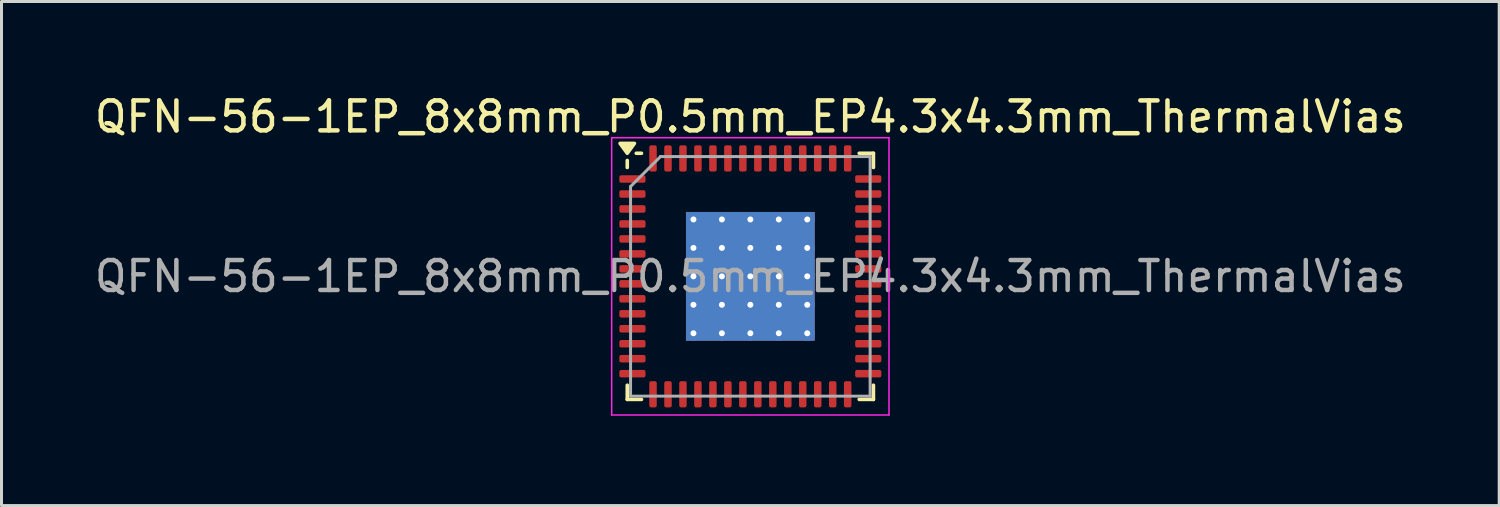
<source format=kicad_pcb>
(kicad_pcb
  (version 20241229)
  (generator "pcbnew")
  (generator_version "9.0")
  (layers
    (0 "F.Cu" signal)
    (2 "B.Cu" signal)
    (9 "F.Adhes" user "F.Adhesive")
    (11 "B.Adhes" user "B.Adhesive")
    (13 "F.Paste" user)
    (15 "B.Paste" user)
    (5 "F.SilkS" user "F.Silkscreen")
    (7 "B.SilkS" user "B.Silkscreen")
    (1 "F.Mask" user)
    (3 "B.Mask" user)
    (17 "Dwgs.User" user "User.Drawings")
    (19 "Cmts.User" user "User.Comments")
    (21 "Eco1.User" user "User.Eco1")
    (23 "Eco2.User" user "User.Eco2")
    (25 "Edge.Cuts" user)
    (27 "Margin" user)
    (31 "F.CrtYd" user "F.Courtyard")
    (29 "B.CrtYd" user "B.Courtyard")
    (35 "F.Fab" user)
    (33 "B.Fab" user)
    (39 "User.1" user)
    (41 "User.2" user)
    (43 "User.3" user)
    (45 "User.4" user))
  (footprint "QFN-56-1EP_8x8mm_P0.5mm_EP4.3x4.3mm_ThermalVias"
    (layer "F.Cu")
    (at 22.006 6.178)
    (property "Reference" "QFN-56-1EP_8x8mm_P0.5mm_EP4.3x4.3mm_ThermalVias" (at 0 -5.33 0) (layer "F.SilkS") (effects (font (size 1 1) (thickness 0.15))))
    (attr smd)
    (fp_line (start -4.11 -3.635) (end -4.11 -3.87) (stroke (width 0.12) (type solid)) (layer "F.SilkS"))
    (fp_line (start -4.11 4.11) (end -4.11 3.635) (stroke (width 0.12) (type solid)) (layer "F.SilkS"))
    (fp_line (start -3.635 -4.11) (end -3.81 -4.11) (stroke (width 0.12) (type solid)) (layer "F.SilkS"))
    (fp_line (start -3.635 4.11) (end -4.11 4.11) (stroke (width 0.12) (type solid)) (layer "F.SilkS"))
    (fp_line (start 3.635 -4.11) (end 4.11 -4.11) (stroke (width 0.12) (type solid)) (layer "F.SilkS"))
    (fp_line (start 3.635 4.11) (end 4.11 4.11) (stroke (width 0.12) (type solid)) (layer "F.SilkS"))
    (fp_line (start 4.11 -4.11) (end 4.11 -3.635) (stroke (width 0.12) (type solid)) (layer "F.SilkS"))
    (fp_line (start 4.11 4.11) (end 4.11 3.635) (stroke (width 0.12) (type solid)) (layer "F.SilkS"))
    (fp_poly (pts (xy -4.11 -4.11) (xy -4.35 -4.44) (xy -3.87 -4.44) (xy -4.11 -4.11)) (stroke (width 0.12) (type solid)) (fill yes) (layer "F.SilkS"))
    (fp_line (start -4.63 -4.63) (end -4.63 4.63) (stroke (width 0.05) (type solid)) (layer "F.CrtYd"))
    (fp_line (start -4.63 4.63) (end 4.63 4.63) (stroke (width 0.05) (type solid)) (layer "F.CrtYd"))
    (fp_line (start 4.63 -4.63) (end -4.63 -4.63) (stroke (width 0.05) (type solid)) (layer "F.CrtYd"))
    (fp_line (start 4.63 4.63) (end 4.63 -4.63) (stroke (width 0.05) (type solid)) (layer "F.CrtYd"))
    (fp_line (start -4 -3) (end -3 -4) (stroke (width 0.1) (type solid)) (layer "F.Fab"))
    (fp_line (start -4 4) (end -4 -3) (stroke (width 0.1) (type solid)) (layer "F.Fab"))
    (fp_line (start -3 -4) (end 4 -4) (stroke (width 0.1) (type solid)) (layer "F.Fab"))
    (fp_line (start 4 -4) (end 4 4) (stroke (width 0.1) (type solid)) (layer "F.Fab"))
    (fp_line (start 4 4) (end -4 4) (stroke (width 0.1) (type solid)) (layer "F.Fab"))
    (fp_text user "${REFERENCE}" (at 0 0 0) (layer "F.Fab") (effects (font (size 1 1) (thickness 0.15))))
    (pad "" smd custom (at -1.425 -1.425) (size 0.716 0.716) (layers "F.Paste") (options (anchor circle)) (primitives (gr_poly (pts (xy -0.299 -0.202) (xy -0.202 -0.299) (xy 0.202 -0.299) (xy 0.299 -0.202) (xy 0.299 0.202) (xy 0.202 0.299) (xy -0.202 0.299) (xy -0.299 0.202)) (width 0.234) (fill yes))))
    (pad "" smd custom (at -1.425 -0.475) (size 0.716 0.716) (layers "F.Paste") (options (anchor circle)) (primitives (gr_poly (pts (xy -0.299 -0.202) (xy -0.202 -0.299) (xy 0.202 -0.299) (xy 0.299 -0.202) (xy 0.299 0.202) (xy 0.202 0.299) (xy -0.202 0.299) (xy -0.299 0.202)) (width 0.234) (fill yes))))
    (pad "" smd custom (at -1.425 0.475) (size 0.716 0.716) (layers "F.Paste") (options (anchor circle)) (primitives (gr_poly (pts (xy -0.299 -0.202) (xy -0.202 -0.299) (xy 0.202 -0.299) (xy 0.299 -0.202) (xy 0.299 0.202) (xy 0.202 0.299) (xy -0.202 0.299) (xy -0.299 0.202)) (width 0.234) (fill yes))))
    (pad "" smd custom (at -1.425 1.425) (size 0.716 0.716) (layers "F.Paste") (options (anchor circle)) (primitives (gr_poly (pts (xy -0.299 -0.202) (xy -0.202 -0.299) (xy 0.202 -0.299) (xy 0.299 -0.202) (xy 0.299 0.202) (xy 0.202 0.299) (xy -0.202 0.299) (xy -0.299 0.202)) (width 0.234) (fill yes))))
    (pad "" smd custom (at -0.475 -1.425) (size 0.716 0.716) (layers "F.Paste") (options (anchor circle)) (primitives (gr_poly (pts (xy -0.299 -0.202) (xy -0.202 -0.299) (xy 0.202 -0.299) (xy 0.299 -0.202) (xy 0.299 0.202) (xy 0.202 0.299) (xy -0.202 0.299) (xy -0.299 0.202)) (width 0.234) (fill yes))))
    (pad "" smd custom (at -0.475 -0.475) (size 0.716 0.716) (layers "F.Paste") (options (anchor circle)) (primitives (gr_poly (pts (xy -0.299 -0.202) (xy -0.202 -0.299) (xy 0.202 -0.299) (xy 0.299 -0.202) (xy 0.299 0.202) (xy 0.202 0.299) (xy -0.202 0.299) (xy -0.299 0.202)) (width 0.234) (fill yes))))
    (pad "" smd custom (at -0.475 0.475) (size 0.716 0.716) (layers "F.Paste") (options (anchor circle)) (primitives (gr_poly (pts (xy -0.299 -0.202) (xy -0.202 -0.299) (xy 0.202 -0.299) (xy 0.299 -0.202) (xy 0.299 0.202) (xy 0.202 0.299) (xy -0.202 0.299) (xy -0.299 0.202)) (width 0.234) (fill yes))))
    (pad "" smd custom (at -0.475 1.425) (size 0.716 0.716) (layers "F.Paste") (options (anchor circle)) (primitives (gr_poly (pts (xy -0.299 -0.202) (xy -0.202 -0.299) (xy 0.202 -0.299) (xy 0.299 -0.202) (xy 0.299 0.202) (xy 0.202 0.299) (xy -0.202 0.299) (xy -0.299 0.202)) (width 0.234) (fill yes))))
    (pad "" smd custom (at 0.475 -1.425) (size 0.716 0.716) (layers "F.Paste") (options (anchor circle)) (primitives (gr_poly (pts (xy -0.299 -0.202) (xy -0.202 -0.299) (xy 0.202 -0.299) (xy 0.299 -0.202) (xy 0.299 0.202) (xy 0.202 0.299) (xy -0.202 0.299) (xy -0.299 0.202)) (width 0.234) (fill yes))))
    (pad "" smd custom (at 0.475 -0.475) (size 0.716 0.716) (layers "F.Paste") (options (anchor circle)) (primitives (gr_poly (pts (xy -0.299 -0.202) (xy -0.202 -0.299) (xy 0.202 -0.299) (xy 0.299 -0.202) (xy 0.299 0.202) (xy 0.202 0.299) (xy -0.202 0.299) (xy -0.299 0.202)) (width 0.234) (fill yes))))
    (pad "" smd custom (at 0.475 0.475) (size 0.716 0.716) (layers "F.Paste") (options (anchor circle)) (primitives (gr_poly (pts (xy -0.299 -0.202) (xy -0.202 -0.299) (xy 0.202 -0.299) (xy 0.299 -0.202) (xy 0.299 0.202) (xy 0.202 0.299) (xy -0.202 0.299) (xy -0.299 0.202)) (width 0.234) (fill yes))))
    (pad "" smd custom (at 0.475 1.425) (size 0.716 0.716) (layers "F.Paste") (options (anchor circle)) (primitives (gr_poly (pts (xy -0.299 -0.202) (xy -0.202 -0.299) (xy 0.202 -0.299) (xy 0.299 -0.202) (xy 0.299 0.202) (xy 0.202 0.299) (xy -0.202 0.299) (xy -0.299 0.202)) (width 0.234) (fill yes))))
    (pad "" smd custom (at 1.425 -1.425) (size 0.716 0.716) (layers "F.Paste") (options (anchor circle)) (primitives (gr_poly (pts (xy -0.299 -0.202) (xy -0.202 -0.299) (xy 0.202 -0.299) (xy 0.299 -0.202) (xy 0.299 0.202) (xy 0.202 0.299) (xy -0.202 0.299) (xy -0.299 0.202)) (width 0.234) (fill yes))))
    (pad "" smd custom (at 1.425 -0.475) (size 0.716 0.716) (layers "F.Paste") (options (anchor circle)) (primitives (gr_poly (pts (xy -0.299 -0.202) (xy -0.202 -0.299) (xy 0.202 -0.299) (xy 0.299 -0.202) (xy 0.299 0.202) (xy 0.202 0.299) (xy -0.202 0.299) (xy -0.299 0.202)) (width 0.234) (fill yes))))
    (pad "" smd custom (at 1.425 0.475) (size 0.716 0.716) (layers "F.Paste") (options (anchor circle)) (primitives (gr_poly (pts (xy -0.299 -0.202) (xy -0.202 -0.299) (xy 0.202 -0.299) (xy 0.299 -0.202) (xy 0.299 0.202) (xy 0.202 0.299) (xy -0.202 0.299) (xy -0.299 0.202)) (width 0.234) (fill yes))))
    (pad "" smd custom (at 1.425 1.425) (size 0.716 0.716) (layers "F.Paste") (options (anchor circle)) (primitives (gr_poly (pts (xy -0.299 -0.202) (xy -0.202 -0.299) (xy 0.202 -0.299) (xy 0.299 -0.202) (xy 0.299 0.202) (xy 0.202 0.299) (xy -0.202 0.299) (xy -0.299 0.202)) (width 0.234) (fill yes))))
    (pad "1" smd roundrect (at -3.938 -3.25) (size 0.875 0.25) (layers "F.Cu" "F.Mask" "F.Paste") (roundrect_rratio 0.25))
    (pad "2" smd roundrect (at -3.938 -2.75) (size 0.875 0.25) (layers "F.Cu" "F.Mask" "F.Paste") (roundrect_rratio 0.25))
    (pad "3" smd roundrect (at -3.938 -2.25) (size 0.875 0.25) (layers "F.Cu" "F.Mask" "F.Paste") (roundrect_rratio 0.25))
    (pad "4" smd roundrect (at -3.938 -1.75) (size 0.875 0.25) (layers "F.Cu" "F.Mask" "F.Paste") (roundrect_rratio 0.25))
    (pad "5" smd roundrect (at -3.938 -1.25) (size 0.875 0.25) (layers "F.Cu" "F.Mask" "F.Paste") (roundrect_rratio 0.25))
    (pad "6" smd roundrect (at -3.938 -0.75) (size 0.875 0.25) (layers "F.Cu" "F.Mask" "F.Paste") (roundrect_rratio 0.25))
    (pad "7" smd roundrect (at -3.938 -0.25) (size 0.875 0.25) (layers "F.Cu" "F.Mask" "F.Paste") (roundrect_rratio 0.25))
    (pad "8" smd roundrect (at -3.938 0.25) (size 0.875 0.25) (layers "F.Cu" "F.Mask" "F.Paste") (roundrect_rratio 0.25))
    (pad "9" smd roundrect (at -3.938 0.75) (size 0.875 0.25) (layers "F.Cu" "F.Mask" "F.Paste") (roundrect_rratio 0.25))
    (pad "10" smd roundrect (at -3.938 1.25) (size 0.875 0.25) (layers "F.Cu" "F.Mask" "F.Paste") (roundrect_rratio 0.25))
    (pad "11" smd roundrect (at -3.938 1.75) (size 0.875 0.25) (layers "F.Cu" "F.Mask" "F.Paste") (roundrect_rratio 0.25))
    (pad "12" smd roundrect (at -3.938 2.25) (size 0.875 0.25) (layers "F.Cu" "F.Mask" "F.Paste") (roundrect_rratio 0.25))
    (pad "13" smd roundrect (at -3.938 2.75) (size 0.875 0.25) (layers "F.Cu" "F.Mask" "F.Paste") (roundrect_rratio 0.25))
    (pad "14" smd roundrect (at -3.938 3.25) (size 0.875 0.25) (layers "F.Cu" "F.Mask" "F.Paste") (roundrect_rratio 0.25))
    (pad "15" smd roundrect (at -3.25 3.938) (size 0.25 0.875) (layers "F.Cu" "F.Mask" "F.Paste") (roundrect_rratio 0.25))
    (pad "16" smd roundrect (at -2.75 3.938) (size 0.25 0.875) (layers "F.Cu" "F.Mask" "F.Paste") (roundrect_rratio 0.25))
    (pad "17" smd roundrect (at -2.25 3.938) (size 0.25 0.875) (layers "F.Cu" "F.Mask" "F.Paste") (roundrect_rratio 0.25))
    (pad "18" smd roundrect (at -1.75 3.938) (size 0.25 0.875) (layers "F.Cu" "F.Mask" "F.Paste") (roundrect_rratio 0.25))
    (pad "19" smd roundrect (at -1.25 3.938) (size 0.25 0.875) (layers "F.Cu" "F.Mask" "F.Paste") (roundrect_rratio 0.25))
    (pad "20" smd roundrect (at -0.75 3.938) (size 0.25 0.875) (layers "F.Cu" "F.Mask" "F.Paste") (roundrect_rratio 0.25))
    (pad "21" smd roundrect (at -0.25 3.938) (size 0.25 0.875) (layers "F.Cu" "F.Mask" "F.Paste") (roundrect_rratio 0.25))
    (pad "22" smd roundrect (at 0.25 3.938) (size 0.25 0.875) (layers "F.Cu" "F.Mask" "F.Paste") (roundrect_rratio 0.25))
    (pad "23" smd roundrect (at 0.75 3.938) (size 0.25 0.875) (layers "F.Cu" "F.Mask" "F.Paste") (roundrect_rratio 0.25))
    (pad "24" smd roundrect (at 1.25 3.938) (size 0.25 0.875) (layers "F.Cu" "F.Mask" "F.Paste") (roundrect_rratio 0.25))
    (pad "25" smd roundrect (at 1.75 3.938) (size 0.25 0.875) (layers "F.Cu" "F.Mask" "F.Paste") (roundrect_rratio 0.25))
    (pad "26" smd roundrect (at 2.25 3.938) (size 0.25 0.875) (layers "F.Cu" "F.Mask" "F.Paste") (roundrect_rratio 0.25))
    (pad "27" smd roundrect (at 2.75 3.938) (size 0.25 0.875) (layers "F.Cu" "F.Mask" "F.Paste") (roundrect_rratio 0.25))
    (pad "28" smd roundrect (at 3.25 3.938) (size 0.25 0.875) (layers "F.Cu" "F.Mask" "F.Paste") (roundrect_rratio 0.25))
    (pad "29" smd roundrect (at 3.938 3.25) (size 0.875 0.25) (layers "F.Cu" "F.Mask" "F.Paste") (roundrect_rratio 0.25))
    (pad "30" smd roundrect (at 3.938 2.75) (size 0.875 0.25) (layers "F.Cu" "F.Mask" "F.Paste") (roundrect_rratio 0.25))
    (pad "31" smd roundrect (at 3.938 2.25) (size 0.875 0.25) (layers "F.Cu" "F.Mask" "F.Paste") (roundrect_rratio 0.25))
    (pad "32" smd roundrect (at 3.938 1.75) (size 0.875 0.25) (layers "F.Cu" "F.Mask" "F.Paste") (roundrect_rratio 0.25))
    (pad "33" smd roundrect (at 3.938 1.25) (size 0.875 0.25) (layers "F.Cu" "F.Mask" "F.Paste") (roundrect_rratio 0.25))
    (pad "34" smd roundrect (at 3.938 0.75) (size 0.875 0.25) (layers "F.Cu" "F.Mask" "F.Paste") (roundrect_rratio 0.25))
    (pad "35" smd roundrect (at 3.938 0.25) (size 0.875 0.25) (layers "F.Cu" "F.Mask" "F.Paste") (roundrect_rratio 0.25))
    (pad "36" smd roundrect (at 3.938 -0.25) (size 0.875 0.25) (layers "F.Cu" "F.Mask" "F.Paste") (roundrect_rratio 0.25))
    (pad "37" smd roundrect (at 3.938 -0.75) (size 0.875 0.25) (layers "F.Cu" "F.Mask" "F.Paste") (roundrect_rratio 0.25))
    (pad "38" smd roundrect (at 3.938 -1.25) (size 0.875 0.25) (layers "F.Cu" "F.Mask" "F.Paste") (roundrect_rratio 0.25))
    (pad "39" smd roundrect (at 3.938 -1.75) (size 0.875 0.25) (layers "F.Cu" "F.Mask" "F.Paste") (roundrect_rratio 0.25))
    (pad "40" smd roundrect (at 3.938 -2.25) (size 0.875 0.25) (layers "F.Cu" "F.Mask" "F.Paste") (roundrect_rratio 0.25))
    (pad "41" smd roundrect (at 3.938 -2.75) (size 0.875 0.25) (layers "F.Cu" "F.Mask" "F.Paste") (roundrect_rratio 0.25))
    (pad "42" smd roundrect (at 3.938 -3.25) (size 0.875 0.25) (layers "F.Cu" "F.Mask" "F.Paste") (roundrect_rratio 0.25))
    (pad "43" smd roundrect (at 3.25 -3.938) (size 0.25 0.875) (layers "F.Cu" "F.Mask" "F.Paste") (roundrect_rratio 0.25))
    (pad "44" smd roundrect (at 2.75 -3.938) (size 0.25 0.875) (layers "F.Cu" "F.Mask" "F.Paste") (roundrect_rratio 0.25))
    (pad "45" smd roundrect (at 2.25 -3.938) (size 0.25 0.875) (layers "F.Cu" "F.Mask" "F.Paste") (roundrect_rratio 0.25))
    (pad "46" smd roundrect (at 1.75 -3.938) (size 0.25 0.875) (layers "F.Cu" "F.Mask" "F.Paste") (roundrect_rratio 0.25))
    (pad "47" smd roundrect (at 1.25 -3.938) (size 0.25 0.875) (layers "F.Cu" "F.Mask" "F.Paste") (roundrect_rratio 0.25))
    (pad "48" smd roundrect (at 0.75 -3.938) (size 0.25 0.875) (layers "F.Cu" "F.Mask" "F.Paste") (roundrect_rratio 0.25))
    (pad "49" smd roundrect (at 0.25 -3.938) (size 0.25 0.875) (layers "F.Cu" "F.Mask" "F.Paste") (roundrect_rratio 0.25))
    (pad "50" smd roundrect (at -0.25 -3.938) (size 0.25 0.875) (layers "F.Cu" "F.Mask" "F.Paste") (roundrect_rratio 0.25))
    (pad "51" smd roundrect (at -0.75 -3.938) (size 0.25 0.875) (layers "F.Cu" "F.Mask" "F.Paste") (roundrect_rratio 0.25))
    (pad "52" smd roundrect (at -1.25 -3.938) (size 0.25 0.875) (layers "F.Cu" "F.Mask" "F.Paste") (roundrect_rratio 0.25))
    (pad "53" smd roundrect (at -1.75 -3.938) (size 0.25 0.875) (layers "F.Cu" "F.Mask" "F.Paste") (roundrect_rratio 0.25))
    (pad "54" smd roundrect (at -2.25 -3.938) (size 0.25 0.875) (layers "F.Cu" "F.Mask" "F.Paste") (roundrect_rratio 0.25))
    (pad "55" smd roundrect (at -2.75 -3.938) (size 0.25 0.875) (layers "F.Cu" "F.Mask" "F.Paste") (roundrect_rratio 0.25))
    (pad "56" smd roundrect (at -3.25 -3.938) (size 0.25 0.875) (layers "F.Cu" "F.Mask" "F.Paste") (roundrect_rratio 0.25))
    (pad "57" thru_hole circle (at -1.9 -1.9) (size 0.5 0.5) (drill 0.2) (property pad_prop_heatsink) (layers "*.Cu"))
    (pad "57" thru_hole circle (at -1.9 -0.95) (size 0.5 0.5) (drill 0.2) (property pad_prop_heatsink) (layers "*.Cu"))
    (pad "57" thru_hole circle (at -1.9 0) (size 0.5 0.5) (drill 0.2) (property pad_prop_heatsink) (layers "*.Cu"))
    (pad "57" thru_hole circle (at -1.9 0.95) (size 0.5 0.5) (drill 0.2) (property pad_prop_heatsink) (layers "*.Cu"))
    (pad "57" thru_hole circle (at -1.9 1.9) (size 0.5 0.5) (drill 0.2) (property pad_prop_heatsink) (layers "*.Cu"))
    (pad "57" thru_hole circle (at -0.95 -1.9) (size 0.5 0.5) (drill 0.2) (property pad_prop_heatsink) (layers "*.Cu"))
    (pad "57" thru_hole circle (at -0.95 -0.95) (size 0.5 0.5) (drill 0.2) (property pad_prop_heatsink) (layers "*.Cu"))
    (pad "57" thru_hole circle (at -0.95 0) (size 0.5 0.5) (drill 0.2) (property pad_prop_heatsink) (layers "*.Cu"))
    (pad "57" thru_hole circle (at -0.95 0.95) (size 0.5 0.5) (drill 0.2) (property pad_prop_heatsink) (layers "*.Cu"))
    (pad "57" thru_hole circle (at -0.95 1.9) (size 0.5 0.5) (drill 0.2) (property pad_prop_heatsink) (layers "*.Cu"))
    (pad "57" thru_hole circle (at 0 -1.9) (size 0.5 0.5) (drill 0.2) (property pad_prop_heatsink) (layers "*.Cu"))
    (pad "57" thru_hole circle (at 0 -0.95) (size 0.5 0.5) (drill 0.2) (property pad_prop_heatsink) (layers "*.Cu"))
    (pad "57" thru_hole circle (at 0 0) (size 0.5 0.5) (drill 0.2) (property pad_prop_heatsink) (layers "*.Cu"))
    (pad "57" smd rect (at 0 0) (size 4.3 4.3) (property pad_prop_heatsink) (layers "F.Cu" "F.Mask"))
    (pad "57" smd rect (at 0 0) (size 4.3 4.3) (property pad_prop_heatsink) (layers "B.Cu"))
    (pad "57" thru_hole circle (at 0 0.95) (size 0.5 0.5) (drill 0.2) (property pad_prop_heatsink) (layers "*.Cu"))
    (pad "57" thru_hole circle (at 0 1.9) (size 0.5 0.5) (drill 0.2) (property pad_prop_heatsink) (layers "*.Cu"))
    (pad "57" thru_hole circle (at 0.95 -1.9) (size 0.5 0.5) (drill 0.2) (property pad_prop_heatsink) (layers "*.Cu"))
    (pad "57" thru_hole circle (at 0.95 -0.95) (size 0.5 0.5) (drill 0.2) (property pad_prop_heatsink) (layers "*.Cu"))
    (pad "57" thru_hole circle (at 0.95 0) (size 0.5 0.5) (drill 0.2) (property pad_prop_heatsink) (layers "*.Cu"))
    (pad "57" thru_hole circle (at 0.95 0.95) (size 0.5 0.5) (drill 0.2) (property pad_prop_heatsink) (layers "*.Cu"))
    (pad "57" thru_hole circle (at 0.95 1.9) (size 0.5 0.5) (drill 0.2) (property pad_prop_heatsink) (layers "*.Cu"))
    (pad "57" thru_hole circle (at 1.9 -1.9) (size 0.5 0.5) (drill 0.2) (property pad_prop_heatsink) (layers "*.Cu"))
    (pad "57" thru_hole circle (at 1.9 -0.95) (size 0.5 0.5) (drill 0.2) (property pad_prop_heatsink) (layers "*.Cu"))
    (pad "57" thru_hole circle (at 1.9 0) (size 0.5 0.5) (drill 0.2) (property pad_prop_heatsink) (layers "*.Cu"))
    (pad "57" thru_hole circle (at 1.9 0.95) (size 0.5 0.5) (drill 0.2) (property pad_prop_heatsink) (layers "*.Cu"))
    (pad "57" thru_hole circle (at 1.9 1.9) (size 0.5 0.5) (drill 0.2) (property pad_prop_heatsink) (layers "*.Cu")))
  (gr_rect
    (start -3 -3)
    (end 47.012 13.833)
    (stroke (width 0.1) (type default))
    (fill no)
    (layer "Edge.Cuts")))
</source>
